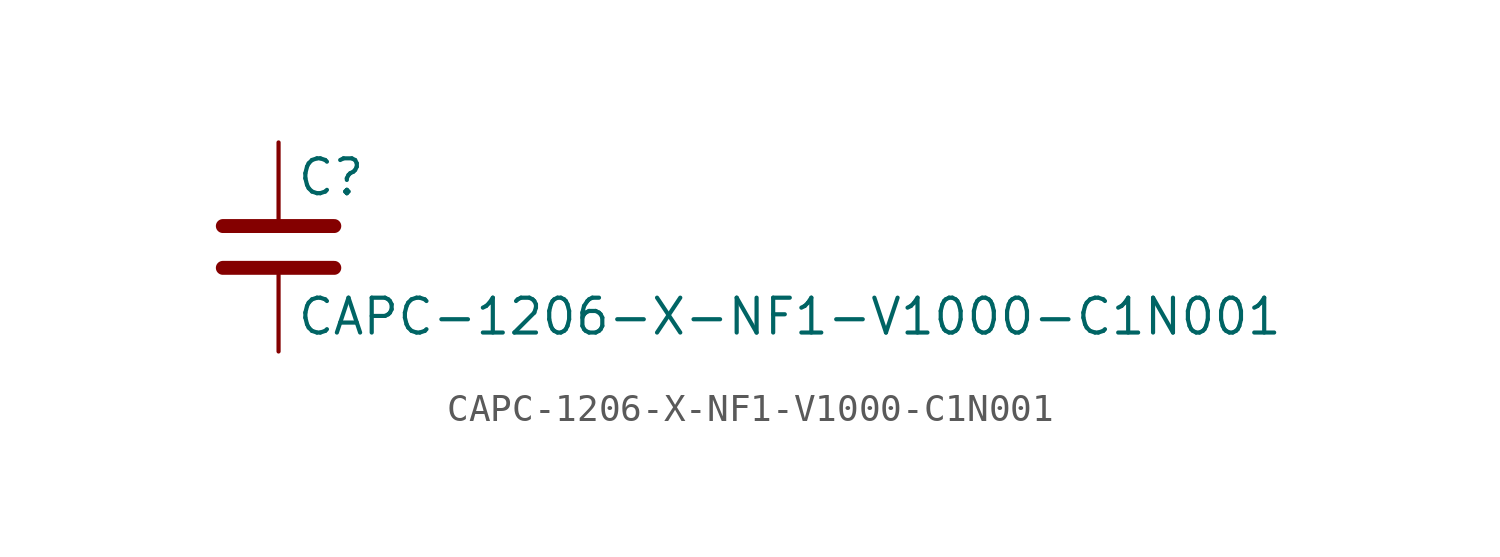
<source format=kicad_sym>
(kicad_symbol_lib
  (version 20211014)
  (generator kicad_symbol_editor)
  (symbol "CAPC-1206-X-NF1-V1000-C1N001"
    (pin_numbers hide)
    (pin_names
      (offset 0.254))
    (property "Reference" "C"
      (at 0.635 2.54 0)
      (effects (font (size 1.27 1.27)) (justify left)))
    (property "Value" "CAPC-1206-X-NF1-V1000-C1N001"
      (at 0.635 -2.54 0)
      (effects (font (size 1.27 1.27)) (justify left)))
    (symbol "CAPC-1206-X-NF1-V1000-C1N001_0_1"
      (polyline (pts (xy -2.032 -0.762) (xy 2.032 -0.762)) (stroke (width 0.508) (type default) (color 0 0 0 0)) (fill (type none)))
      (polyline (pts (xy -2.032 0.762) (xy 2.032 0.762)) (stroke (width 0.508) (type default) (color 0 0 0 0)) (fill (type none))))
    (symbol "CAPC-1206-X-NF1-V1000-C1N001_1_1"
      (pin passive line (at 0 3.81 270) (length 2.794) (name "~" (effects (font (size 1.27 1.27)))) (number "1" (effects (font (size 1.27 1.27)))))
      (pin passive line (at 0 -3.81 90) (length 2.794) (name "~" (effects (font (size 1.27 1.27)))) (number "2" (effects (font (size 1.27 1.27))))))))
</source>
